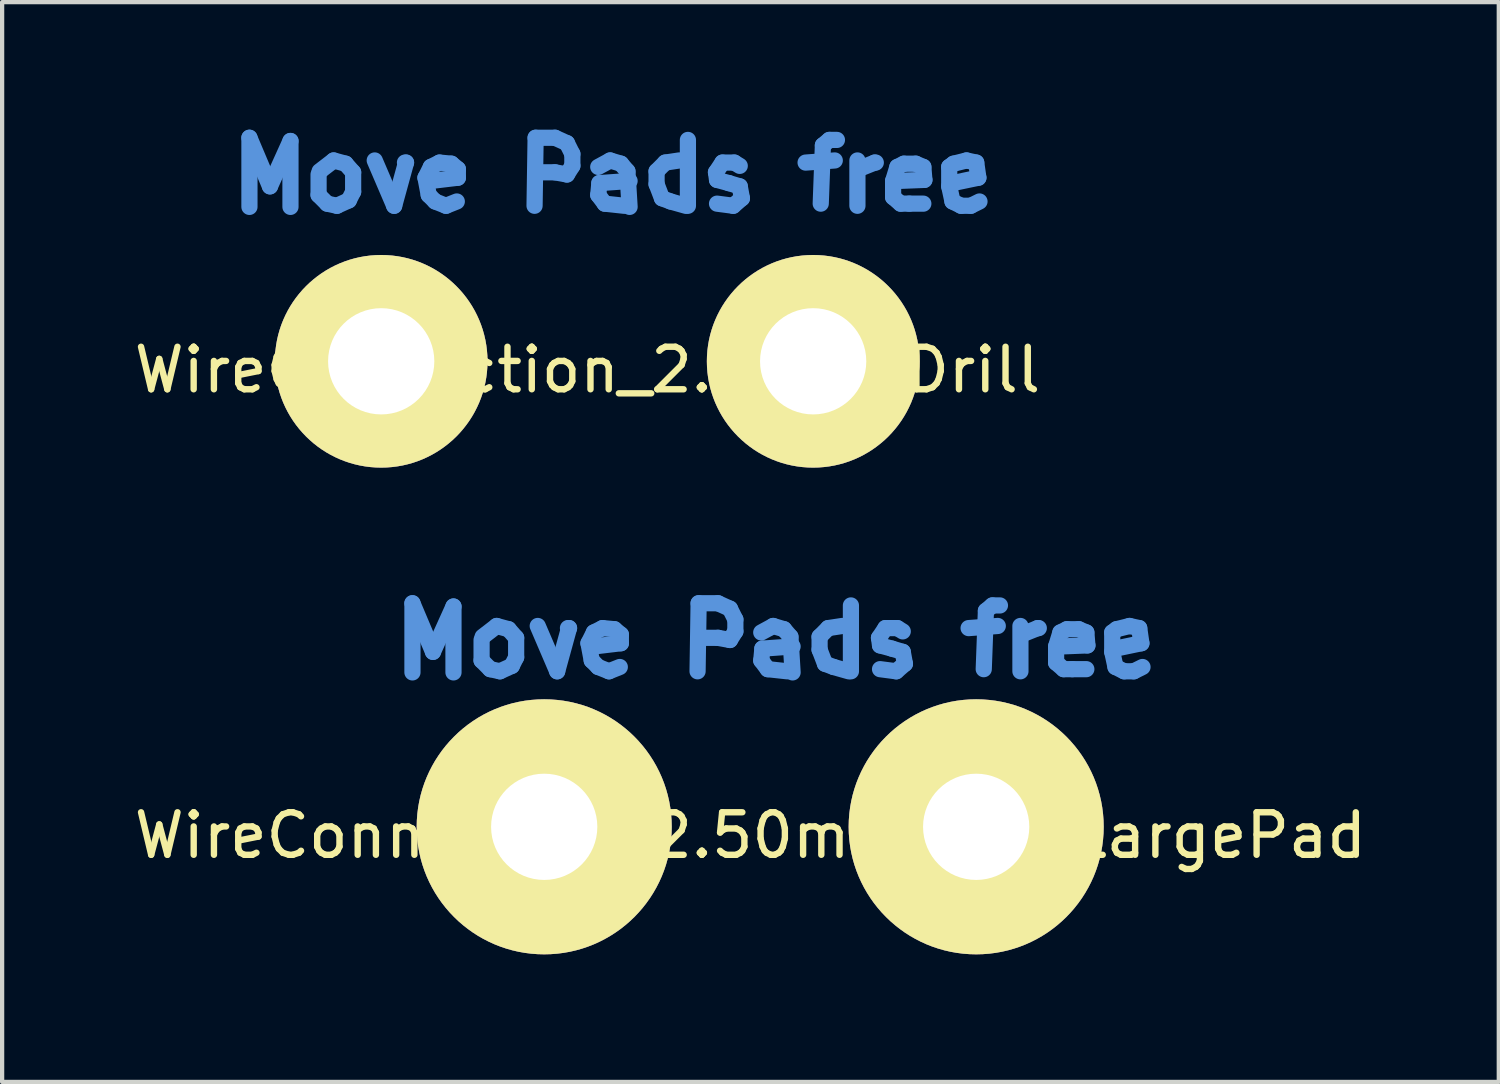
<source format=kicad_pcb>
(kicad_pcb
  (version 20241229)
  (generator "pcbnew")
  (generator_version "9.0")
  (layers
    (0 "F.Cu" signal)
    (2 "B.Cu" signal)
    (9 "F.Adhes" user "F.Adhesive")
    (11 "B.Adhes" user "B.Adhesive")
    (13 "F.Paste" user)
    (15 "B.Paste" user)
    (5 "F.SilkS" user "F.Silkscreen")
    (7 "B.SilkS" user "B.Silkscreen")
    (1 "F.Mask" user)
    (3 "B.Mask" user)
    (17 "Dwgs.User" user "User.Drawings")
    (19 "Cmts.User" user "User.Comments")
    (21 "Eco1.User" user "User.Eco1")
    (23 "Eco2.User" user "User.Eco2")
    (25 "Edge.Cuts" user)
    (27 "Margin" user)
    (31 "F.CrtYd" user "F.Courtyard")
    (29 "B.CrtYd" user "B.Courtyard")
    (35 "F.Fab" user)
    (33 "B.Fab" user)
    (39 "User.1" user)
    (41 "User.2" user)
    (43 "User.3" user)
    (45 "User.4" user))
  (footprint "WireConnection_2.50mmDrill"
    (layer "F.Cu")
    (at 5.916 5.448)
    (property "Reference" "WireConnection_2.50mmDrill" (at 4.851 0.203 0) (layer "F.SilkS") (effects (font (size 1 1) (thickness 0.15))))
    (attr through_hole)
    (fp_line (start -3.099 -5.258) (end -2.616 -4.115) (stroke (width 0.381) (type solid)) (layer "Cmts.User"))
    (fp_line (start -3.099 -3.632) (end -3.099 -5.258) (stroke (width 0.381) (type solid)) (layer "Cmts.User"))
    (fp_line (start -2.616 -4.115) (end -2.134 -5.182) (stroke (width 0.381) (type solid)) (layer "Cmts.User"))
    (fp_line (start -2.134 -5.182) (end -2.134 -3.632) (stroke (width 0.381) (type solid)) (layer "Cmts.User"))
    (fp_line (start -1.473 -4.394) (end -1.473 -3.912) (stroke (width 0.381) (type solid)) (layer "Cmts.User"))
    (fp_line (start -1.473 -3.912) (end -1.27 -3.708) (stroke (width 0.381) (type solid)) (layer "Cmts.User"))
    (fp_line (start -1.27 -3.708) (end -1.041 -3.658) (stroke (width 0.381) (type solid)) (layer "Cmts.User"))
    (fp_line (start -1.118 -4.724) (end -1.448 -4.47) (stroke (width 0.381) (type solid)) (layer "Cmts.User"))
    (fp_line (start -1.041 -3.658) (end -0.762 -3.785) (stroke (width 0.381) (type solid)) (layer "Cmts.User"))
    (fp_line (start -0.838 -4.648) (end -1.118 -4.724) (stroke (width 0.381) (type solid)) (layer "Cmts.User"))
    (fp_line (start -0.762 -3.785) (end -0.66 -3.988) (stroke (width 0.381) (type solid)) (layer "Cmts.User"))
    (fp_line (start -0.66 -4.445) (end -0.838 -4.648) (stroke (width 0.381) (type solid)) (layer "Cmts.User"))
    (fp_line (start -0.66 -3.988) (end -0.66 -4.445) (stroke (width 0.381) (type solid)) (layer "Cmts.User"))
    (fp_line (start -0.152 -4.724) (end 0.305 -3.658) (stroke (width 0.381) (type solid)) (layer "Cmts.User"))
    (fp_line (start 0.305 -3.658) (end 0.584 -4.674) (stroke (width 0.381) (type solid)) (layer "Cmts.User"))
    (fp_line (start 0.584 -4.674) (end 0.559 -4.674) (stroke (width 0.381) (type solid)) (layer "Cmts.User"))
    (fp_line (start 1.041 -4.318) (end 1.168 -4.572) (stroke (width 0.381) (type solid)) (layer "Cmts.User"))
    (fp_line (start 1.118 -3.912) (end 1.041 -4.318) (stroke (width 0.381) (type solid)) (layer "Cmts.User"))
    (fp_line (start 1.168 -4.572) (end 1.372 -4.674) (stroke (width 0.381) (type solid)) (layer "Cmts.User"))
    (fp_line (start 1.27 -3.759) (end 1.118 -3.912) (stroke (width 0.381) (type solid)) (layer "Cmts.User"))
    (fp_line (start 1.372 -4.674) (end 1.651 -4.648) (stroke (width 0.381) (type solid)) (layer "Cmts.User"))
    (fp_line (start 1.524 -3.658) (end 1.27 -3.759) (stroke (width 0.381) (type solid)) (layer "Cmts.User"))
    (fp_line (start 1.651 -4.648) (end 1.803 -4.521) (stroke (width 0.381) (type solid)) (layer "Cmts.User"))
    (fp_line (start 1.778 -3.759) (end 1.524 -3.658) (stroke (width 0.381) (type solid)) (layer "Cmts.User"))
    (fp_line (start 1.803 -4.521) (end 1.803 -4.318) (stroke (width 0.381) (type solid)) (layer "Cmts.User"))
    (fp_line (start 1.803 -4.318) (end 1.168 -4.242) (stroke (width 0.381) (type solid)) (layer "Cmts.User"))
    (fp_line (start 3.607 -3.658) (end 3.632 -5.258) (stroke (width 0.381) (type solid)) (layer "Cmts.User"))
    (fp_line (start 3.632 -5.258) (end 4.089 -5.258) (stroke (width 0.381) (type solid)) (layer "Cmts.User"))
    (fp_line (start 4.089 -5.258) (end 4.369 -5.131) (stroke (width 0.381) (type solid)) (layer "Cmts.User"))
    (fp_line (start 4.089 -4.445) (end 3.632 -4.445) (stroke (width 0.381) (type solid)) (layer "Cmts.User"))
    (fp_line (start 4.369 -5.131) (end 4.496 -4.877) (stroke (width 0.381) (type solid)) (layer "Cmts.User"))
    (fp_line (start 4.369 -4.394) (end 4.089 -4.445) (stroke (width 0.381) (type solid)) (layer "Cmts.User"))
    (fp_line (start 4.496 -4.877) (end 4.496 -4.597) (stroke (width 0.381) (type solid)) (layer "Cmts.User"))
    (fp_line (start 4.496 -4.597) (end 4.369 -4.394) (stroke (width 0.381) (type solid)) (layer "Cmts.User"))
    (fp_line (start 5.105 -4.572) (end 5.385 -4.724) (stroke (width 0.381) (type solid)) (layer "Cmts.User"))
    (fp_line (start 5.105 -3.912) (end 5.131 -4.191) (stroke (width 0.381) (type solid)) (layer "Cmts.User"))
    (fp_line (start 5.131 -4.191) (end 5.842 -4.242) (stroke (width 0.381) (type solid)) (layer "Cmts.User"))
    (fp_line (start 5.258 -3.708) (end 5.105 -3.912) (stroke (width 0.381) (type solid)) (layer "Cmts.User"))
    (fp_line (start 5.385 -4.724) (end 5.639 -4.648) (stroke (width 0.381) (type solid)) (layer "Cmts.User"))
    (fp_line (start 5.639 -4.648) (end 5.791 -4.47) (stroke (width 0.381) (type solid)) (layer "Cmts.User"))
    (fp_line (start 5.715 -3.658) (end 5.258 -3.708) (stroke (width 0.381) (type solid)) (layer "Cmts.User"))
    (fp_line (start 5.791 -4.47) (end 5.842 -3.632) (stroke (width 0.381) (type solid)) (layer "Cmts.User"))
    (fp_line (start 6.477 -4.47) (end 6.68 -4.674) (stroke (width 0.381) (type solid)) (layer "Cmts.User"))
    (fp_line (start 6.477 -4.166) (end 6.477 -4.47) (stroke (width 0.381) (type solid)) (layer "Cmts.User"))
    (fp_line (start 6.604 -3.835) (end 6.477 -4.166) (stroke (width 0.381) (type solid)) (layer "Cmts.User"))
    (fp_line (start 6.68 -4.674) (end 7.01 -4.724) (stroke (width 0.381) (type solid)) (layer "Cmts.User"))
    (fp_line (start 6.807 -3.759) (end 6.604 -3.835) (stroke (width 0.381) (type solid)) (layer "Cmts.User"))
    (fp_line (start 7.163 -3.658) (end 6.807 -3.759) (stroke (width 0.381) (type solid)) (layer "Cmts.User"))
    (fp_line (start 7.214 -5.207) (end 7.214 -3.658) (stroke (width 0.381) (type solid)) (layer "Cmts.User"))
    (fp_line (start 7.874 -4.445) (end 7.899 -4.267) (stroke (width 0.381) (type solid)) (layer "Cmts.User"))
    (fp_line (start 7.899 -4.267) (end 8.179 -4.191) (stroke (width 0.381) (type solid)) (layer "Cmts.User"))
    (fp_line (start 8.026 -4.674) (end 7.874 -4.445) (stroke (width 0.381) (type solid)) (layer "Cmts.User"))
    (fp_line (start 8.179 -4.191) (end 8.433 -4.115) (stroke (width 0.381) (type solid)) (layer "Cmts.User"))
    (fp_line (start 8.28 -3.658) (end 7.899 -3.708) (stroke (width 0.381) (type solid)) (layer "Cmts.User"))
    (fp_line (start 8.306 -4.674) (end 8.026 -4.674) (stroke (width 0.381) (type solid)) (layer "Cmts.User"))
    (fp_line (start 8.433 -4.597) (end 8.306 -4.674) (stroke (width 0.381) (type solid)) (layer "Cmts.User"))
    (fp_line (start 8.433 -4.115) (end 8.484 -3.835) (stroke (width 0.381) (type solid)) (layer "Cmts.User"))
    (fp_line (start 8.484 -3.835) (end 8.28 -3.658) (stroke (width 0.381) (type solid)) (layer "Cmts.User"))
    (fp_line (start 9.982 -4.674) (end 10.668 -4.724) (stroke (width 0.381) (type solid)) (layer "Cmts.User"))
    (fp_line (start 10.389 -5.08) (end 10.338 -3.708) (stroke (width 0.381) (type solid)) (layer "Cmts.User"))
    (fp_line (start 10.541 -5.207) (end 10.389 -5.08) (stroke (width 0.381) (type solid)) (layer "Cmts.User"))
    (fp_line (start 10.719 -5.207) (end 10.541 -5.207) (stroke (width 0.381) (type solid)) (layer "Cmts.User"))
    (fp_line (start 11.201 -4.724) (end 11.201 -3.658) (stroke (width 0.381) (type solid)) (layer "Cmts.User"))
    (fp_line (start 11.227 -4.521) (end 11.608 -4.674) (stroke (width 0.381) (type solid)) (layer "Cmts.User"))
    (fp_line (start 11.608 -4.674) (end 11.633 -4.674) (stroke (width 0.381) (type solid)) (layer "Cmts.User"))
    (fp_line (start 12.04 -4.242) (end 12.141 -4.572) (stroke (width 0.381) (type solid)) (layer "Cmts.User"))
    (fp_line (start 12.04 -3.861) (end 12.04 -4.242) (stroke (width 0.381) (type solid)) (layer "Cmts.User"))
    (fp_line (start 12.141 -4.572) (end 12.294 -4.648) (stroke (width 0.381) (type solid)) (layer "Cmts.User"))
    (fp_line (start 12.217 -3.708) (end 12.04 -3.861) (stroke (width 0.381) (type solid)) (layer "Cmts.User"))
    (fp_line (start 12.294 -4.648) (end 12.573 -4.648) (stroke (width 0.381) (type solid)) (layer "Cmts.User"))
    (fp_line (start 12.421 -3.708) (end 12.217 -3.708) (stroke (width 0.381) (type solid)) (layer "Cmts.User"))
    (fp_line (start 12.573 -4.648) (end 12.751 -4.572) (stroke (width 0.381) (type solid)) (layer "Cmts.User"))
    (fp_line (start 12.751 -4.572) (end 12.776 -4.267) (stroke (width 0.381) (type solid)) (layer "Cmts.User"))
    (fp_line (start 12.751 -3.708) (end 12.421 -3.708) (stroke (width 0.381) (type solid)) (layer "Cmts.User"))
    (fp_line (start 12.776 -4.267) (end 12.141 -4.242) (stroke (width 0.381) (type solid)) (layer "Cmts.User"))
    (fp_line (start 13.36 -4.572) (end 13.462 -4.648) (stroke (width 0.381) (type solid)) (layer "Cmts.User"))
    (fp_line (start 13.36 -4.115) (end 13.36 -4.572) (stroke (width 0.381) (type solid)) (layer "Cmts.User"))
    (fp_line (start 13.437 -4.191) (end 13.437 -4.242) (stroke (width 0.381) (type solid)) (layer "Cmts.User"))
    (fp_line (start 13.437 -3.759) (end 13.36 -4.115) (stroke (width 0.381) (type solid)) (layer "Cmts.User"))
    (fp_line (start 13.462 -4.648) (end 13.767 -4.724) (stroke (width 0.381) (type solid)) (layer "Cmts.User"))
    (fp_line (start 13.64 -3.658) (end 13.437 -3.759) (stroke (width 0.381) (type solid)) (layer "Cmts.User"))
    (fp_line (start 13.767 -4.724) (end 13.995 -4.674) (stroke (width 0.381) (type solid)) (layer "Cmts.User"))
    (fp_line (start 13.868 -3.658) (end 13.64 -3.658) (stroke (width 0.381) (type solid)) (layer "Cmts.User"))
    (fp_line (start 13.995 -4.674) (end 14.046 -4.318) (stroke (width 0.381) (type solid)) (layer "Cmts.User"))
    (fp_line (start 14.046 -4.318) (end 13.437 -4.191) (stroke (width 0.381) (type solid)) (layer "Cmts.User"))
    (fp_line (start 14.072 -3.759) (end 13.868 -3.658) (stroke (width 0.381) (type solid)) (layer "Cmts.User"))
    (pad "1" thru_hole circle (at 0 0) (size 5.001 5.001) (drill 2.499) (layers "*.Cu" "*.Mask" "F.SilkS"))
    (pad "2" thru_hole circle (at 10.16 0) (size 5.001 5.001) (drill 2.499) (layers "*.Cu" "*.Mask" "F.SilkS")))
  (footprint "WireConnection_2.50mmDrill_LargePad"
    (layer "F.Cu")
    (at 9.75 16.397)
    (property "Reference" "WireConnection_2.50mmDrill_LargePad" (at 4.851 0.203 0) (layer "F.SilkS") (effects (font (size 1 1) (thickness 0.15))))
    (attr through_hole)
    (fp_line (start -3.099 -5.258) (end -2.616 -4.115) (stroke (width 0.381) (type solid)) (layer "Cmts.User"))
    (fp_line (start -3.099 -3.632) (end -3.099 -5.258) (stroke (width 0.381) (type solid)) (layer "Cmts.User"))
    (fp_line (start -2.616 -4.115) (end -2.134 -5.182) (stroke (width 0.381) (type solid)) (layer "Cmts.User"))
    (fp_line (start -2.134 -5.182) (end -2.134 -3.632) (stroke (width 0.381) (type solid)) (layer "Cmts.User"))
    (fp_line (start -1.473 -4.394) (end -1.473 -3.912) (stroke (width 0.381) (type solid)) (layer "Cmts.User"))
    (fp_line (start -1.473 -3.912) (end -1.27 -3.708) (stroke (width 0.381) (type solid)) (layer "Cmts.User"))
    (fp_line (start -1.27 -3.708) (end -1.041 -3.658) (stroke (width 0.381) (type solid)) (layer "Cmts.User"))
    (fp_line (start -1.118 -4.724) (end -1.448 -4.47) (stroke (width 0.381) (type solid)) (layer "Cmts.User"))
    (fp_line (start -1.041 -3.658) (end -0.762 -3.785) (stroke (width 0.381) (type solid)) (layer "Cmts.User"))
    (fp_line (start -0.838 -4.648) (end -1.118 -4.724) (stroke (width 0.381) (type solid)) (layer "Cmts.User"))
    (fp_line (start -0.762 -3.785) (end -0.66 -3.988) (stroke (width 0.381) (type solid)) (layer "Cmts.User"))
    (fp_line (start -0.66 -4.445) (end -0.838 -4.648) (stroke (width 0.381) (type solid)) (layer "Cmts.User"))
    (fp_line (start -0.66 -3.988) (end -0.66 -4.445) (stroke (width 0.381) (type solid)) (layer "Cmts.User"))
    (fp_line (start -0.152 -4.724) (end 0.305 -3.658) (stroke (width 0.381) (type solid)) (layer "Cmts.User"))
    (fp_line (start 0.305 -3.658) (end 0.584 -4.674) (stroke (width 0.381) (type solid)) (layer "Cmts.User"))
    (fp_line (start 0.584 -4.674) (end 0.559 -4.674) (stroke (width 0.381) (type solid)) (layer "Cmts.User"))
    (fp_line (start 1.041 -4.318) (end 1.168 -4.572) (stroke (width 0.381) (type solid)) (layer "Cmts.User"))
    (fp_line (start 1.118 -3.912) (end 1.041 -4.318) (stroke (width 0.381) (type solid)) (layer "Cmts.User"))
    (fp_line (start 1.168 -4.572) (end 1.372 -4.674) (stroke (width 0.381) (type solid)) (layer "Cmts.User"))
    (fp_line (start 1.27 -3.759) (end 1.118 -3.912) (stroke (width 0.381) (type solid)) (layer "Cmts.User"))
    (fp_line (start 1.372 -4.674) (end 1.651 -4.648) (stroke (width 0.381) (type solid)) (layer "Cmts.User"))
    (fp_line (start 1.524 -3.658) (end 1.27 -3.759) (stroke (width 0.381) (type solid)) (layer "Cmts.User"))
    (fp_line (start 1.651 -4.648) (end 1.803 -4.521) (stroke (width 0.381) (type solid)) (layer "Cmts.User"))
    (fp_line (start 1.778 -3.759) (end 1.524 -3.658) (stroke (width 0.381) (type solid)) (layer "Cmts.User"))
    (fp_line (start 1.803 -4.521) (end 1.803 -4.318) (stroke (width 0.381) (type solid)) (layer "Cmts.User"))
    (fp_line (start 1.803 -4.318) (end 1.168 -4.242) (stroke (width 0.381) (type solid)) (layer "Cmts.User"))
    (fp_line (start 3.607 -3.658) (end 3.632 -5.258) (stroke (width 0.381) (type solid)) (layer "Cmts.User"))
    (fp_line (start 3.632 -5.258) (end 4.089 -5.258) (stroke (width 0.381) (type solid)) (layer "Cmts.User"))
    (fp_line (start 4.089 -5.258) (end 4.369 -5.131) (stroke (width 0.381) (type solid)) (layer "Cmts.User"))
    (fp_line (start 4.089 -4.445) (end 3.632 -4.445) (stroke (width 0.381) (type solid)) (layer "Cmts.User"))
    (fp_line (start 4.369 -5.131) (end 4.496 -4.877) (stroke (width 0.381) (type solid)) (layer "Cmts.User"))
    (fp_line (start 4.369 -4.394) (end 4.089 -4.445) (stroke (width 0.381) (type solid)) (layer "Cmts.User"))
    (fp_line (start 4.496 -4.877) (end 4.496 -4.597) (stroke (width 0.381) (type solid)) (layer "Cmts.User"))
    (fp_line (start 4.496 -4.597) (end 4.369 -4.394) (stroke (width 0.381) (type solid)) (layer "Cmts.User"))
    (fp_line (start 5.105 -4.572) (end 5.385 -4.724) (stroke (width 0.381) (type solid)) (layer "Cmts.User"))
    (fp_line (start 5.105 -3.912) (end 5.131 -4.191) (stroke (width 0.381) (type solid)) (layer "Cmts.User"))
    (fp_line (start 5.131 -4.191) (end 5.842 -4.242) (stroke (width 0.381) (type solid)) (layer "Cmts.User"))
    (fp_line (start 5.258 -3.708) (end 5.105 -3.912) (stroke (width 0.381) (type solid)) (layer "Cmts.User"))
    (fp_line (start 5.385 -4.724) (end 5.639 -4.648) (stroke (width 0.381) (type solid)) (layer "Cmts.User"))
    (fp_line (start 5.639 -4.648) (end 5.791 -4.47) (stroke (width 0.381) (type solid)) (layer "Cmts.User"))
    (fp_line (start 5.715 -3.658) (end 5.258 -3.708) (stroke (width 0.381) (type solid)) (layer "Cmts.User"))
    (fp_line (start 5.791 -4.47) (end 5.842 -3.632) (stroke (width 0.381) (type solid)) (layer "Cmts.User"))
    (fp_line (start 6.477 -4.47) (end 6.68 -4.674) (stroke (width 0.381) (type solid)) (layer "Cmts.User"))
    (fp_line (start 6.477 -4.166) (end 6.477 -4.47) (stroke (width 0.381) (type solid)) (layer "Cmts.User"))
    (fp_line (start 6.604 -3.835) (end 6.477 -4.166) (stroke (width 0.381) (type solid)) (layer "Cmts.User"))
    (fp_line (start 6.68 -4.674) (end 7.01 -4.724) (stroke (width 0.381) (type solid)) (layer "Cmts.User"))
    (fp_line (start 6.807 -3.759) (end 6.604 -3.835) (stroke (width 0.381) (type solid)) (layer "Cmts.User"))
    (fp_line (start 7.163 -3.658) (end 6.807 -3.759) (stroke (width 0.381) (type solid)) (layer "Cmts.User"))
    (fp_line (start 7.214 -5.207) (end 7.214 -3.658) (stroke (width 0.381) (type solid)) (layer "Cmts.User"))
    (fp_line (start 7.874 -4.445) (end 7.899 -4.267) (stroke (width 0.381) (type solid)) (layer "Cmts.User"))
    (fp_line (start 7.899 -4.267) (end 8.179 -4.191) (stroke (width 0.381) (type solid)) (layer "Cmts.User"))
    (fp_line (start 8.026 -4.674) (end 7.874 -4.445) (stroke (width 0.381) (type solid)) (layer "Cmts.User"))
    (fp_line (start 8.179 -4.191) (end 8.433 -4.115) (stroke (width 0.381) (type solid)) (layer "Cmts.User"))
    (fp_line (start 8.28 -3.658) (end 7.899 -3.708) (stroke (width 0.381) (type solid)) (layer "Cmts.User"))
    (fp_line (start 8.306 -4.674) (end 8.026 -4.674) (stroke (width 0.381) (type solid)) (layer "Cmts.User"))
    (fp_line (start 8.433 -4.597) (end 8.306 -4.674) (stroke (width 0.381) (type solid)) (layer "Cmts.User"))
    (fp_line (start 8.433 -4.115) (end 8.484 -3.835) (stroke (width 0.381) (type solid)) (layer "Cmts.User"))
    (fp_line (start 8.484 -3.835) (end 8.28 -3.658) (stroke (width 0.381) (type solid)) (layer "Cmts.User"))
    (fp_line (start 9.982 -4.674) (end 10.668 -4.724) (stroke (width 0.381) (type solid)) (layer "Cmts.User"))
    (fp_line (start 10.389 -5.08) (end 10.338 -3.708) (stroke (width 0.381) (type solid)) (layer "Cmts.User"))
    (fp_line (start 10.541 -5.207) (end 10.389 -5.08) (stroke (width 0.381) (type solid)) (layer "Cmts.User"))
    (fp_line (start 10.719 -5.207) (end 10.541 -5.207) (stroke (width 0.381) (type solid)) (layer "Cmts.User"))
    (fp_line (start 11.201 -4.724) (end 11.201 -3.658) (stroke (width 0.381) (type solid)) (layer "Cmts.User"))
    (fp_line (start 11.227 -4.521) (end 11.608 -4.674) (stroke (width 0.381) (type solid)) (layer "Cmts.User"))
    (fp_line (start 11.608 -4.674) (end 11.633 -4.674) (stroke (width 0.381) (type solid)) (layer "Cmts.User"))
    (fp_line (start 12.04 -4.242) (end 12.141 -4.572) (stroke (width 0.381) (type solid)) (layer "Cmts.User"))
    (fp_line (start 12.04 -3.861) (end 12.04 -4.242) (stroke (width 0.381) (type solid)) (layer "Cmts.User"))
    (fp_line (start 12.141 -4.572) (end 12.294 -4.648) (stroke (width 0.381) (type solid)) (layer "Cmts.User"))
    (fp_line (start 12.217 -3.708) (end 12.04 -3.861) (stroke (width 0.381) (type solid)) (layer "Cmts.User"))
    (fp_line (start 12.294 -4.648) (end 12.573 -4.648) (stroke (width 0.381) (type solid)) (layer "Cmts.User"))
    (fp_line (start 12.421 -3.708) (end 12.217 -3.708) (stroke (width 0.381) (type solid)) (layer "Cmts.User"))
    (fp_line (start 12.573 -4.648) (end 12.751 -4.572) (stroke (width 0.381) (type solid)) (layer "Cmts.User"))
    (fp_line (start 12.751 -4.572) (end 12.776 -4.267) (stroke (width 0.381) (type solid)) (layer "Cmts.User"))
    (fp_line (start 12.751 -3.708) (end 12.421 -3.708) (stroke (width 0.381) (type solid)) (layer "Cmts.User"))
    (fp_line (start 12.776 -4.267) (end 12.141 -4.242) (stroke (width 0.381) (type solid)) (layer "Cmts.User"))
    (fp_line (start 13.36 -4.572) (end 13.462 -4.648) (stroke (width 0.381) (type solid)) (layer "Cmts.User"))
    (fp_line (start 13.36 -4.115) (end 13.36 -4.572) (stroke (width 0.381) (type solid)) (layer "Cmts.User"))
    (fp_line (start 13.437 -4.191) (end 13.437 -4.242) (stroke (width 0.381) (type solid)) (layer "Cmts.User"))
    (fp_line (start 13.437 -3.759) (end 13.36 -4.115) (stroke (width 0.381) (type solid)) (layer "Cmts.User"))
    (fp_line (start 13.462 -4.648) (end 13.767 -4.724) (stroke (width 0.381) (type solid)) (layer "Cmts.User"))
    (fp_line (start 13.64 -3.658) (end 13.437 -3.759) (stroke (width 0.381) (type solid)) (layer "Cmts.User"))
    (fp_line (start 13.767 -4.724) (end 13.995 -4.674) (stroke (width 0.381) (type solid)) (layer "Cmts.User"))
    (fp_line (start 13.868 -3.658) (end 13.64 -3.658) (stroke (width 0.381) (type solid)) (layer "Cmts.User"))
    (fp_line (start 13.995 -4.674) (end 14.046 -4.318) (stroke (width 0.381) (type solid)) (layer "Cmts.User"))
    (fp_line (start 14.046 -4.318) (end 13.437 -4.191) (stroke (width 0.381) (type solid)) (layer "Cmts.User"))
    (fp_line (start 14.072 -3.759) (end 13.868 -3.658) (stroke (width 0.381) (type solid)) (layer "Cmts.User"))
    (pad "1" thru_hole circle (at 0 0) (size 5.999 5.999) (drill 2.499) (layers "*.Cu" "*.Mask" "F.SilkS"))
    (pad "2" thru_hole circle (at 10.16 0) (size 5.999 5.999) (drill 2.499) (layers "*.Cu" "*.Mask" "F.SilkS")))
  (gr_rect
    (start -3 -3)
    (end 32.202 22.397)
    (stroke (width 0.1) (type default))
    (fill no)
    (layer "Edge.Cuts")))
</source>
